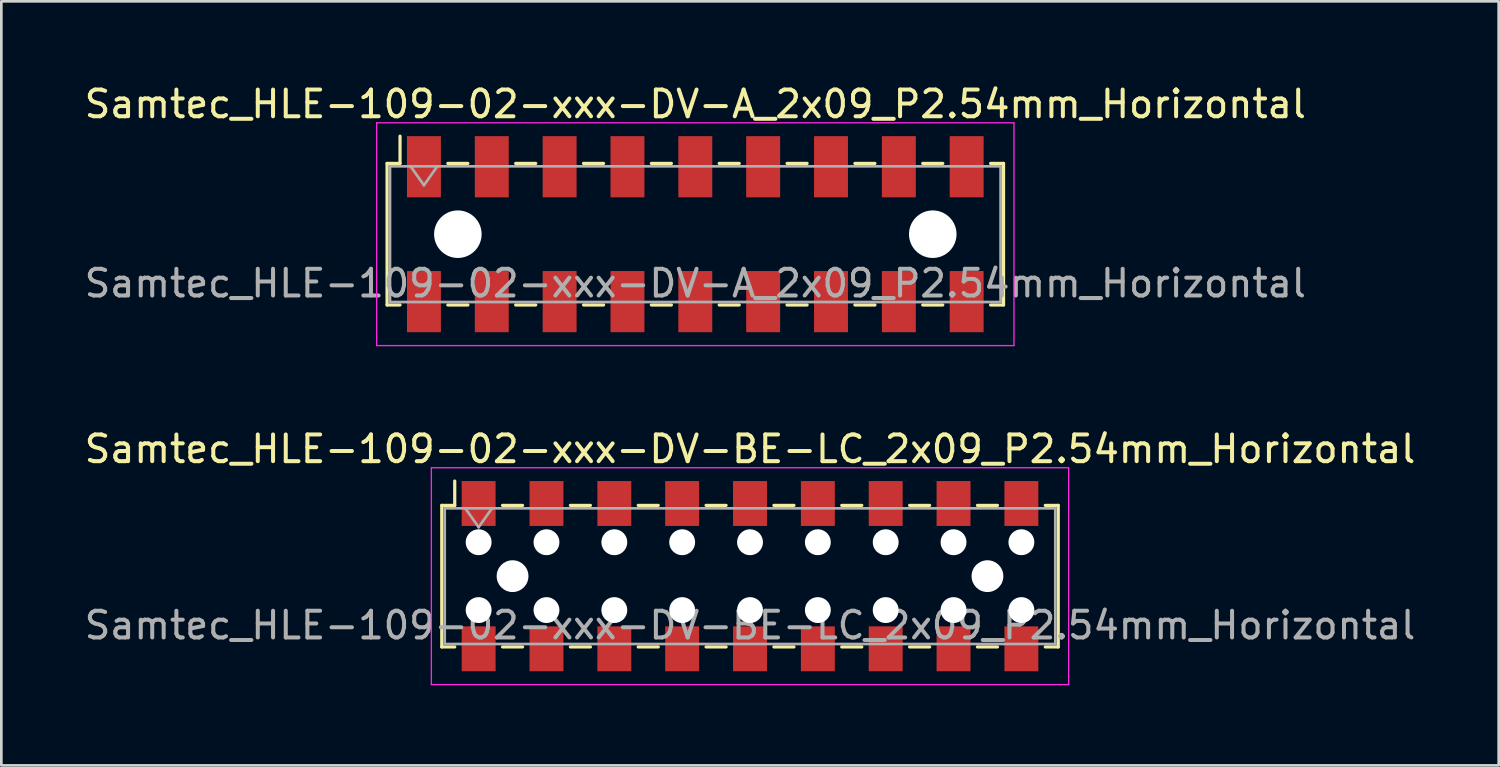
<source format=kicad_pcb>
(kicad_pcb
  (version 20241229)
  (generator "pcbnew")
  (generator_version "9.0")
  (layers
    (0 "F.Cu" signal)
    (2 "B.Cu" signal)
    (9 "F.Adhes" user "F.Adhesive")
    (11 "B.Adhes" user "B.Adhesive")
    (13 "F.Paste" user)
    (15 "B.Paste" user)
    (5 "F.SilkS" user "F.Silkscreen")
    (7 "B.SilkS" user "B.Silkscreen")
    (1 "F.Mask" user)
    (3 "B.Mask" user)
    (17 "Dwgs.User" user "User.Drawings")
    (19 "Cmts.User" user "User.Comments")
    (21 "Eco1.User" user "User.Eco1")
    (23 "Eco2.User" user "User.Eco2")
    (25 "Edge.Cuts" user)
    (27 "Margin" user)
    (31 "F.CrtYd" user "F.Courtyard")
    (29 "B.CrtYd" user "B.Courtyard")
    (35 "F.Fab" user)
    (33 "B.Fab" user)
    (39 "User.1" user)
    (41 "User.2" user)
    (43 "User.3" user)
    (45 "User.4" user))
  (footprint "Samtec_HLE-109-02-xxx-DV-BE-LC_2x09_P2.54mm_Horizontal"
    (layer "F.Cu")
    (at 25.03 18.521)
    (property "Reference" "Samtec_HLE-109-02-xxx-DV-BE-LC_2x09_P2.54mm_Horizontal" (at 0 -4.76 0) (layer "F.SilkS") (effects (font (size 1 1) (thickness 0.15))))
    (attr smd)
    (fp_line (start -11.54 -2.65) (end -11.54 2.65) (stroke (width 0.12) (type solid)) (layer "F.SilkS"))
    (fp_line (start -11.54 2.65) (end -11.055 2.65) (stroke (width 0.12) (type solid)) (layer "F.SilkS"))
    (fp_line (start -11.055 -3.56) (end -11.055 -2.65) (stroke (width 0.12) (type solid)) (layer "F.SilkS"))
    (fp_line (start -11.055 -2.65) (end -11.54 -2.65) (stroke (width 0.12) (type solid)) (layer "F.SilkS"))
    (fp_line (start -9.265 -2.65) (end -8.515 -2.65) (stroke (width 0.12) (type solid)) (layer "F.SilkS"))
    (fp_line (start -9.265 2.65) (end -8.515 2.65) (stroke (width 0.12) (type solid)) (layer "F.SilkS"))
    (fp_line (start -6.725 -2.65) (end -5.975 -2.65) (stroke (width 0.12) (type solid)) (layer "F.SilkS"))
    (fp_line (start -6.725 2.65) (end -5.975 2.65) (stroke (width 0.12) (type solid)) (layer "F.SilkS"))
    (fp_line (start -4.185 -2.65) (end -3.435 -2.65) (stroke (width 0.12) (type solid)) (layer "F.SilkS"))
    (fp_line (start -4.185 2.65) (end -3.435 2.65) (stroke (width 0.12) (type solid)) (layer "F.SilkS"))
    (fp_line (start -1.645 -2.65) (end -0.895 -2.65) (stroke (width 0.12) (type solid)) (layer "F.SilkS"))
    (fp_line (start -1.645 2.65) (end -0.895 2.65) (stroke (width 0.12) (type solid)) (layer "F.SilkS"))
    (fp_line (start 0.895 -2.65) (end 1.645 -2.65) (stroke (width 0.12) (type solid)) (layer "F.SilkS"))
    (fp_line (start 0.895 2.65) (end 1.645 2.65) (stroke (width 0.12) (type solid)) (layer "F.SilkS"))
    (fp_line (start 3.435 -2.65) (end 4.185 -2.65) (stroke (width 0.12) (type solid)) (layer "F.SilkS"))
    (fp_line (start 3.435 2.65) (end 4.185 2.65) (stroke (width 0.12) (type solid)) (layer "F.SilkS"))
    (fp_line (start 5.975 -2.65) (end 6.725 -2.65) (stroke (width 0.12) (type solid)) (layer "F.SilkS"))
    (fp_line (start 5.975 2.65) (end 6.725 2.65) (stroke (width 0.12) (type solid)) (layer "F.SilkS"))
    (fp_line (start 8.515 -2.65) (end 9.265 -2.65) (stroke (width 0.12) (type solid)) (layer "F.SilkS"))
    (fp_line (start 8.515 2.65) (end 9.265 2.65) (stroke (width 0.12) (type solid)) (layer "F.SilkS"))
    (fp_line (start 11.055 -2.65) (end 11.54 -2.65) (stroke (width 0.12) (type solid)) (layer "F.SilkS"))
    (fp_line (start 11.54 -2.65) (end 11.54 2.65) (stroke (width 0.12) (type solid)) (layer "F.SilkS"))
    (fp_line (start 11.54 2.65) (end 11.055 2.65) (stroke (width 0.12) (type solid)) (layer "F.SilkS"))
    (fp_line (start -11.93 -4.06) (end 11.93 -4.06) (stroke (width 0.05) (type solid)) (layer "F.CrtYd"))
    (fp_line (start -11.93 4.06) (end -11.93 -4.06) (stroke (width 0.05) (type solid)) (layer "F.CrtYd"))
    (fp_line (start 11.93 -4.06) (end 11.93 4.06) (stroke (width 0.05) (type solid)) (layer "F.CrtYd"))
    (fp_line (start 11.93 4.06) (end -11.93 4.06) (stroke (width 0.05) (type solid)) (layer "F.CrtYd"))
    (fp_line (start -11.43 -2.54) (end 11.43 -2.54) (stroke (width 0.1) (type solid)) (layer "F.Fab"))
    (fp_line (start -11.43 2.54) (end -11.43 -2.54) (stroke (width 0.1) (type solid)) (layer "F.Fab"))
    (fp_line (start -10.66 -2.54) (end -10.16 -1.833) (stroke (width 0.1) (type solid)) (layer "F.Fab"))
    (fp_line (start -10.16 -1.833) (end -9.66 -2.54) (stroke (width 0.1) (type solid)) (layer "F.Fab"))
    (fp_line (start 11.43 -2.54) (end 11.43 2.54) (stroke (width 0.1) (type solid)) (layer "F.Fab"))
    (fp_line (start 11.43 2.54) (end -11.43 2.54) (stroke (width 0.1) (type solid)) (layer "F.Fab"))
    (fp_text user "${REFERENCE}" (at 0 1.84 0) (layer "F.Fab") (effects (font (size 1 1) (thickness 0.15))))
    (pad "" np_thru_hole circle (at -10.16 -1.27) (size 0.97 0.97) (drill 0.97) (layers "*.Cu" "*.Mask"))
    (pad "" np_thru_hole circle (at -10.16 1.27) (size 0.97 0.97) (drill 0.97) (layers "*.Cu" "*.Mask"))
    (pad "" np_thru_hole circle (at -8.89 0) (size 1.19 1.19) (drill 1.19) (layers "*.Cu" "*.Mask"))
    (pad "" np_thru_hole circle (at -7.62 -1.27) (size 0.97 0.97) (drill 0.97) (layers "*.Cu" "*.Mask"))
    (pad "" np_thru_hole circle (at -7.62 1.27) (size 0.97 0.97) (drill 0.97) (layers "*.Cu" "*.Mask"))
    (pad "" np_thru_hole circle (at -5.08 -1.27) (size 0.97 0.97) (drill 0.97) (layers "*.Cu" "*.Mask"))
    (pad "" np_thru_hole circle (at -5.08 1.27) (size 0.97 0.97) (drill 0.97) (layers "*.Cu" "*.Mask"))
    (pad "" np_thru_hole circle (at -2.54 -1.27) (size 0.97 0.97) (drill 0.97) (layers "*.Cu" "*.Mask"))
    (pad "" np_thru_hole circle (at -2.54 1.27) (size 0.97 0.97) (drill 0.97) (layers "*.Cu" "*.Mask"))
    (pad "" np_thru_hole circle (at 0 -1.27) (size 0.97 0.97) (drill 0.97) (layers "*.Cu" "*.Mask"))
    (pad "" np_thru_hole circle (at 0 1.27) (size 0.97 0.97) (drill 0.97) (layers "*.Cu" "*.Mask"))
    (pad "" np_thru_hole circle (at 2.54 -1.27) (size 0.97 0.97) (drill 0.97) (layers "*.Cu" "*.Mask"))
    (pad "" np_thru_hole circle (at 2.54 1.27) (size 0.97 0.97) (drill 0.97) (layers "*.Cu" "*.Mask"))
    (pad "" np_thru_hole circle (at 5.08 -1.27) (size 0.97 0.97) (drill 0.97) (layers "*.Cu" "*.Mask"))
    (pad "" np_thru_hole circle (at 5.08 1.27) (size 0.97 0.97) (drill 0.97) (layers "*.Cu" "*.Mask"))
    (pad "" np_thru_hole circle (at 7.62 -1.27) (size 0.97 0.97) (drill 0.97) (layers "*.Cu" "*.Mask"))
    (pad "" np_thru_hole circle (at 7.62 1.27) (size 0.97 0.97) (drill 0.97) (layers "*.Cu" "*.Mask"))
    (pad "" np_thru_hole circle (at 8.89 0) (size 1.19 1.19) (drill 1.19) (layers "*.Cu" "*.Mask"))
    (pad "" np_thru_hole circle (at 10.16 -1.27) (size 0.97 0.97) (drill 0.97) (layers "*.Cu" "*.Mask"))
    (pad "" np_thru_hole circle (at 10.16 1.27) (size 0.97 0.97) (drill 0.97) (layers "*.Cu" "*.Mask"))
    (pad "1" smd rect (at -10.16 -2.72) (size 1.27 1.68) (layers "F.Cu" "F.Mask" "F.Paste"))
    (pad "2" smd rect (at -10.16 2.72) (size 1.27 1.68) (layers "F.Cu" "F.Mask" "F.Paste"))
    (pad "3" smd rect (at -7.62 -2.72) (size 1.27 1.68) (layers "F.Cu" "F.Mask" "F.Paste"))
    (pad "4" smd rect (at -7.62 2.72) (size 1.27 1.68) (layers "F.Cu" "F.Mask" "F.Paste"))
    (pad "5" smd rect (at -5.08 -2.72) (size 1.27 1.68) (layers "F.Cu" "F.Mask" "F.Paste"))
    (pad "6" smd rect (at -5.08 2.72) (size 1.27 1.68) (layers "F.Cu" "F.Mask" "F.Paste"))
    (pad "7" smd rect (at -2.54 -2.72) (size 1.27 1.68) (layers "F.Cu" "F.Mask" "F.Paste"))
    (pad "8" smd rect (at -2.54 2.72) (size 1.27 1.68) (layers "F.Cu" "F.Mask" "F.Paste"))
    (pad "9" smd rect (at 0 -2.72) (size 1.27 1.68) (layers "F.Cu" "F.Mask" "F.Paste"))
    (pad "10" smd rect (at 0 2.72) (size 1.27 1.68) (layers "F.Cu" "F.Mask" "F.Paste"))
    (pad "11" smd rect (at 2.54 -2.72) (size 1.27 1.68) (layers "F.Cu" "F.Mask" "F.Paste"))
    (pad "12" smd rect (at 2.54 2.72) (size 1.27 1.68) (layers "F.Cu" "F.Mask" "F.Paste"))
    (pad "13" smd rect (at 5.08 -2.72) (size 1.27 1.68) (layers "F.Cu" "F.Mask" "F.Paste"))
    (pad "14" smd rect (at 5.08 2.72) (size 1.27 1.68) (layers "F.Cu" "F.Mask" "F.Paste"))
    (pad "15" smd rect (at 7.62 -2.72) (size 1.27 1.68) (layers "F.Cu" "F.Mask" "F.Paste"))
    (pad "16" smd rect (at 7.62 2.72) (size 1.27 1.68) (layers "F.Cu" "F.Mask" "F.Paste"))
    (pad "17" smd rect (at 10.16 -2.72) (size 1.27 1.68) (layers "F.Cu" "F.Mask" "F.Paste"))
    (pad "18" smd rect (at 10.16 2.72) (size 1.27 1.68) (layers "F.Cu" "F.Mask" "F.Paste")))
  (footprint "Samtec_HLE-109-02-xxx-DV-A_2x09_P2.54mm_Horizontal"
    (layer "F.Cu")
    (at 22.982 5.718)
    (property "Reference" "Samtec_HLE-109-02-xxx-DV-A_2x09_P2.54mm_Horizontal" (at 0 -4.87 0) (layer "F.SilkS") (effects (font (size 1 1) (thickness 0.15))))
    (attr smd)
    (fp_line (start -11.54 -2.65) (end -11.54 2.65) (stroke (width 0.12) (type solid)) (layer "F.SilkS"))
    (fp_line (start -11.54 2.65) (end -11.055 2.65) (stroke (width 0.12) (type solid)) (layer "F.SilkS"))
    (fp_line (start -11.055 -3.67) (end -11.055 -2.65) (stroke (width 0.12) (type solid)) (layer "F.SilkS"))
    (fp_line (start -11.055 -2.65) (end -11.54 -2.65) (stroke (width 0.12) (type solid)) (layer "F.SilkS"))
    (fp_line (start -9.265 -2.65) (end -8.515 -2.65) (stroke (width 0.12) (type solid)) (layer "F.SilkS"))
    (fp_line (start -9.265 2.65) (end -8.515 2.65) (stroke (width 0.12) (type solid)) (layer "F.SilkS"))
    (fp_line (start -6.725 -2.65) (end -5.975 -2.65) (stroke (width 0.12) (type solid)) (layer "F.SilkS"))
    (fp_line (start -6.725 2.65) (end -5.975 2.65) (stroke (width 0.12) (type solid)) (layer "F.SilkS"))
    (fp_line (start -4.185 -2.65) (end -3.435 -2.65) (stroke (width 0.12) (type solid)) (layer "F.SilkS"))
    (fp_line (start -4.185 2.65) (end -3.435 2.65) (stroke (width 0.12) (type solid)) (layer "F.SilkS"))
    (fp_line (start -1.645 -2.65) (end -0.895 -2.65) (stroke (width 0.12) (type solid)) (layer "F.SilkS"))
    (fp_line (start -1.645 2.65) (end -0.895 2.65) (stroke (width 0.12) (type solid)) (layer "F.SilkS"))
    (fp_line (start 0.895 -2.65) (end 1.645 -2.65) (stroke (width 0.12) (type solid)) (layer "F.SilkS"))
    (fp_line (start 0.895 2.65) (end 1.645 2.65) (stroke (width 0.12) (type solid)) (layer "F.SilkS"))
    (fp_line (start 3.435 -2.65) (end 4.185 -2.65) (stroke (width 0.12) (type solid)) (layer "F.SilkS"))
    (fp_line (start 3.435 2.65) (end 4.185 2.65) (stroke (width 0.12) (type solid)) (layer "F.SilkS"))
    (fp_line (start 5.975 -2.65) (end 6.725 -2.65) (stroke (width 0.12) (type solid)) (layer "F.SilkS"))
    (fp_line (start 5.975 2.65) (end 6.725 2.65) (stroke (width 0.12) (type solid)) (layer "F.SilkS"))
    (fp_line (start 8.515 -2.65) (end 9.265 -2.65) (stroke (width 0.12) (type solid)) (layer "F.SilkS"))
    (fp_line (start 8.515 2.65) (end 9.265 2.65) (stroke (width 0.12) (type solid)) (layer "F.SilkS"))
    (fp_line (start 11.055 -2.65) (end 11.54 -2.65) (stroke (width 0.12) (type solid)) (layer "F.SilkS"))
    (fp_line (start 11.54 -2.65) (end 11.54 2.65) (stroke (width 0.12) (type solid)) (layer "F.SilkS"))
    (fp_line (start 11.54 2.65) (end 11.055 2.65) (stroke (width 0.12) (type solid)) (layer "F.SilkS"))
    (fp_line (start -11.93 -4.17) (end 11.93 -4.17) (stroke (width 0.05) (type solid)) (layer "F.CrtYd"))
    (fp_line (start -11.93 4.17) (end -11.93 -4.17) (stroke (width 0.05) (type solid)) (layer "F.CrtYd"))
    (fp_line (start 11.93 -4.17) (end 11.93 4.17) (stroke (width 0.05) (type solid)) (layer "F.CrtYd"))
    (fp_line (start 11.93 4.17) (end -11.93 4.17) (stroke (width 0.05) (type solid)) (layer "F.CrtYd"))
    (fp_line (start -11.43 -2.54) (end 11.43 -2.54) (stroke (width 0.1) (type solid)) (layer "F.Fab"))
    (fp_line (start -11.43 2.54) (end -11.43 -2.54) (stroke (width 0.1) (type solid)) (layer "F.Fab"))
    (fp_line (start -10.66 -2.54) (end -10.16 -1.833) (stroke (width 0.1) (type solid)) (layer "F.Fab"))
    (fp_line (start -10.16 -1.833) (end -9.66 -2.54) (stroke (width 0.1) (type solid)) (layer "F.Fab"))
    (fp_line (start 11.43 -2.54) (end 11.43 2.54) (stroke (width 0.1) (type solid)) (layer "F.Fab"))
    (fp_line (start 11.43 2.54) (end -11.43 2.54) (stroke (width 0.1) (type solid)) (layer "F.Fab"))
    (fp_text user "${REFERENCE}" (at 0 1.84 0) (layer "F.Fab") (effects (font (size 1 1) (thickness 0.15))))
    (pad "" np_thru_hole circle (at -8.89 0) (size 1.78 1.78) (drill 1.78) (layers "*.Cu" "*.Mask"))
    (pad "" np_thru_hole circle (at 8.89 0) (size 1.78 1.78) (drill 1.78) (layers "*.Cu" "*.Mask"))
    (pad "1" smd rect (at -10.16 -2.525) (size 1.27 2.29) (layers "F.Cu" "F.Mask" "F.Paste"))
    (pad "2" smd rect (at -10.16 2.525) (size 1.27 2.29) (layers "F.Cu" "F.Mask" "F.Paste"))
    (pad "3" smd rect (at -7.62 -2.525) (size 1.27 2.29) (layers "F.Cu" "F.Mask" "F.Paste"))
    (pad "4" smd rect (at -7.62 2.525) (size 1.27 2.29) (layers "F.Cu" "F.Mask" "F.Paste"))
    (pad "5" smd rect (at -5.08 -2.525) (size 1.27 2.29) (layers "F.Cu" "F.Mask" "F.Paste"))
    (pad "6" smd rect (at -5.08 2.525) (size 1.27 2.29) (layers "F.Cu" "F.Mask" "F.Paste"))
    (pad "7" smd rect (at -2.54 -2.525) (size 1.27 2.29) (layers "F.Cu" "F.Mask" "F.Paste"))
    (pad "8" smd rect (at -2.54 2.525) (size 1.27 2.29) (layers "F.Cu" "F.Mask" "F.Paste"))
    (pad "9" smd rect (at 0 -2.525) (size 1.27 2.29) (layers "F.Cu" "F.Mask" "F.Paste"))
    (pad "10" smd rect (at 0 2.525) (size 1.27 2.29) (layers "F.Cu" "F.Mask" "F.Paste"))
    (pad "11" smd rect (at 2.54 -2.525) (size 1.27 2.29) (layers "F.Cu" "F.Mask" "F.Paste"))
    (pad "12" smd rect (at 2.54 2.525) (size 1.27 2.29) (layers "F.Cu" "F.Mask" "F.Paste"))
    (pad "13" smd rect (at 5.08 -2.525) (size 1.27 2.29) (layers "F.Cu" "F.Mask" "F.Paste"))
    (pad "14" smd rect (at 5.08 2.525) (size 1.27 2.29) (layers "F.Cu" "F.Mask" "F.Paste"))
    (pad "15" smd rect (at 7.62 -2.525) (size 1.27 2.29) (layers "F.Cu" "F.Mask" "F.Paste"))
    (pad "16" smd rect (at 7.62 2.525) (size 1.27 2.29) (layers "F.Cu" "F.Mask" "F.Paste"))
    (pad "17" smd rect (at 10.16 -2.525) (size 1.27 2.29) (layers "F.Cu" "F.Mask" "F.Paste"))
    (pad "18" smd rect (at 10.16 2.525) (size 1.27 2.29) (layers "F.Cu" "F.Mask" "F.Paste")))
  (gr_rect
    (start -3 -3)
    (end 53.06 25.607)
    (stroke (width 0.1) (type default))
    (fill no)
    (layer "Edge.Cuts")))
</source>
